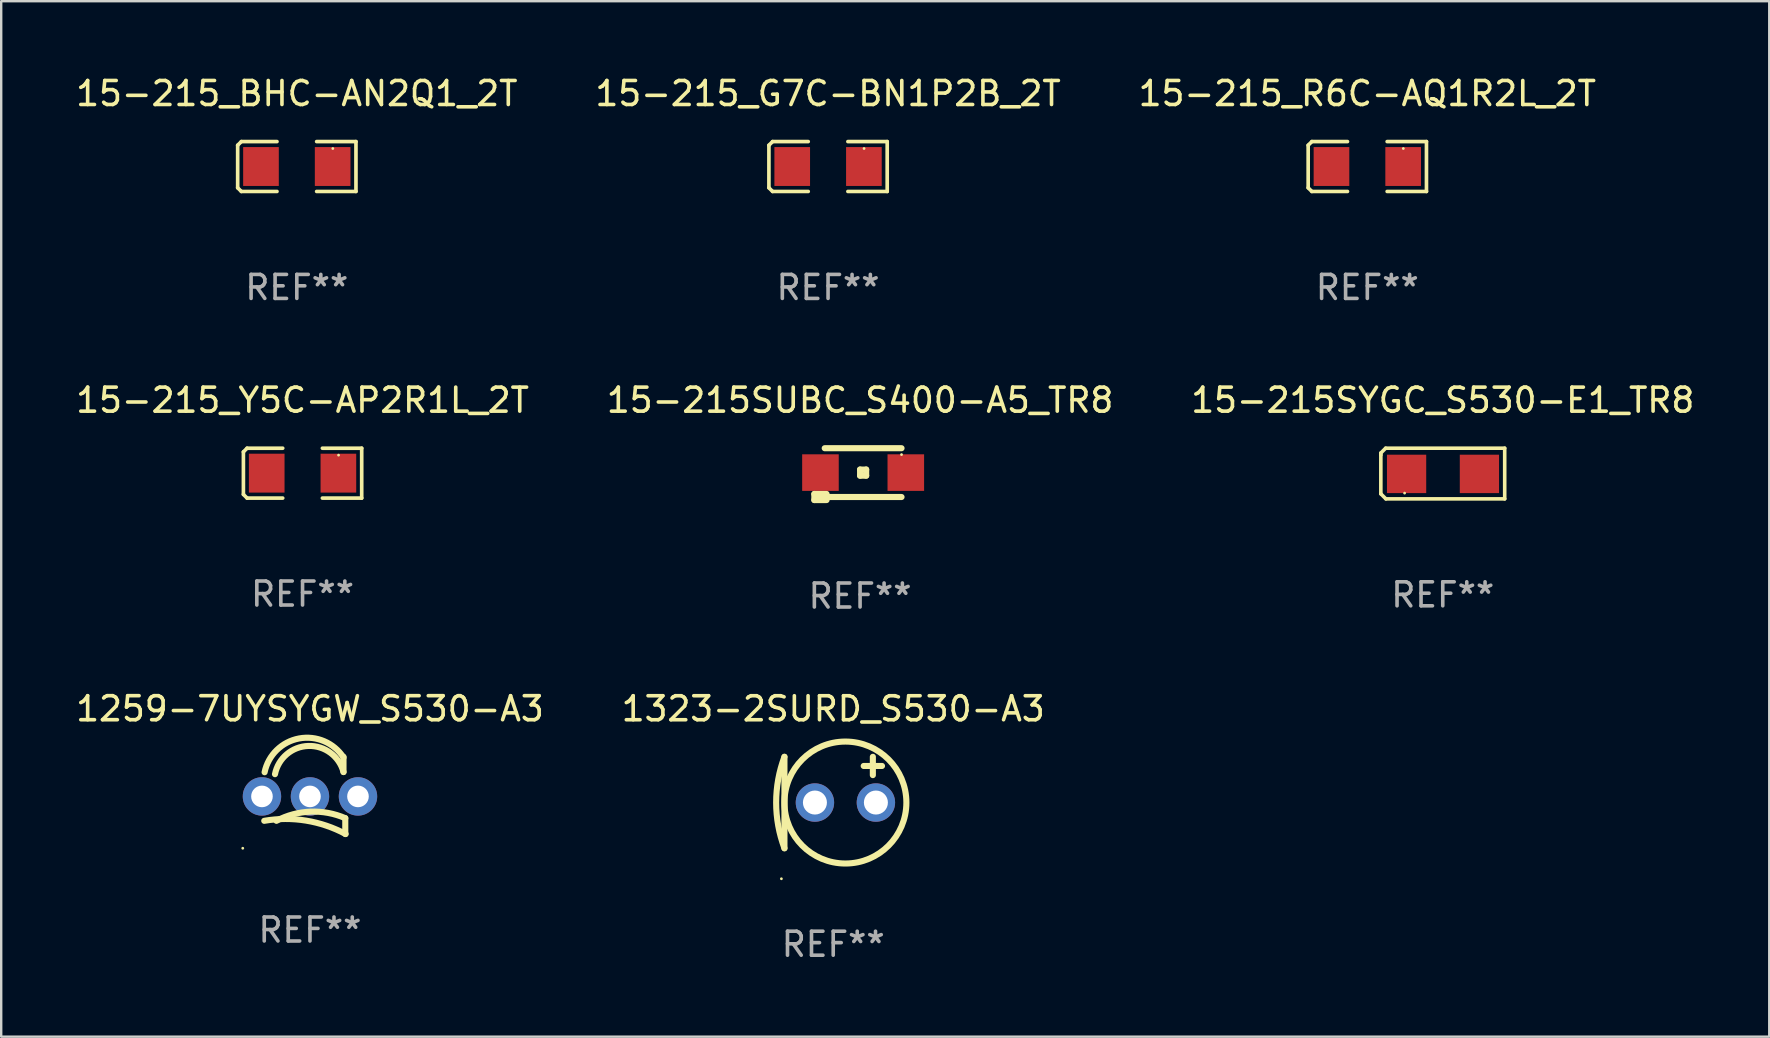
<source format=kicad_pcb>
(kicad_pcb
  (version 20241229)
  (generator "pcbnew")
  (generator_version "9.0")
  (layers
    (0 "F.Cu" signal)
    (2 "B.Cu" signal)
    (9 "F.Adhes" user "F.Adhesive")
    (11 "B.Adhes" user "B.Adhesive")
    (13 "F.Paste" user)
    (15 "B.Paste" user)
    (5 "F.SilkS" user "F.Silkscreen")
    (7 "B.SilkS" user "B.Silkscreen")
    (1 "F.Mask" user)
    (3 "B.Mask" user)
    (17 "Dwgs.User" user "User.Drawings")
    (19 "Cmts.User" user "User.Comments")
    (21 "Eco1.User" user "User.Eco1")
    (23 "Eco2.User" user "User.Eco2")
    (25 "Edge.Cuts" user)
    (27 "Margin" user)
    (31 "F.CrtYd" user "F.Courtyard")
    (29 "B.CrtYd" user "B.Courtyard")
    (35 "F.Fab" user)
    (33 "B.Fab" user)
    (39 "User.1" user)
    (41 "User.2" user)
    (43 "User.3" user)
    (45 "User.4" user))
  (footprint "1259-7UYSYGW_S530-A3"
    (layer "F.Cu")
    (at 9.863 30.086)
    (property "Reference" "1259-7UYSYGW_S530-A3" (at 0 -3.609 0) (layer "F.SilkS") (effects (font (size 1 1) (thickness 0.15))))
    (attr through_hole)
    (fp_line (start 1.397 -0.974) (end 1.397 -1.609) (stroke (width 0.254) (type solid)) (layer "F.SilkS"))
    (fp_line (start 1.471 0.948) (end 1.471 1.609) (stroke (width 0.254) (type solid)) (layer "F.SilkS"))
    (fp_arc (start -1.905004 1.05828) (mid -0.163612 1.050126) (end 1.485776 1.608724) (stroke (width 0.254001) (type solid)) (layer "F.SilkS"))
    (fp_arc (start -1.890144 -0.9658) (mid -0.452512 -2.37289) (end 1.397003 -1.581699) (stroke (width 0.254001) (type solid)) (layer "F.SilkS"))
    (fp_arc (start -1.457328 -0.885103) (mid -0.065297 -2.061024) (end 1.397003 -0.973724) (stroke (width 0.254001) (type solid)) (layer "F.SilkS"))
    (fp_arc (start -1.397003 1.05828) (mid 0.024488 0.676878) (end 1.471146 0.947587) (stroke (width 0.254001) (type solid)) (layer "F.SilkS"))
    (fp_circle (center -2.8 2.201) (end -2.77 2.201) (stroke (width 0.06) (type solid)) (fill no) (layer "F.SilkS"))
    (fp_text user "REF**" (at 0 5.609 0) (layer "F.Fab") (effects (font (size 1 1) (thickness 0.15))))
    (pad "1" thru_hole circle (at -2 0.042) (size 1.6 1.6) (drill 0.9) (layers "*.Cu" "*.Mask"))
    (pad "2" thru_hole circle (at 0 0.042) (size 1.6 1.6) (drill 0.9) (layers "*.Cu" "*.Mask"))
    (pad "3" thru_hole circle (at 2 0.042) (size 1.6 1.6) (drill 0.9) (layers "*.Cu" "*.Mask")))
  (footprint "15-215_R6C-AQ1R2L_2T"
    (layer "F.Cu")
    (at 53.911 3.887)
    (property "Reference" "15-215_R6C-AQ1R2L_2T" (at 0 -3.039 0) (layer "F.SilkS") (effects (font (size 1 1) (thickness 0.15))))
    (attr through_hole)
    (fp_line (start -2.464 -0.886) (end -2.311 -1.039) (stroke (width 0.152) (type solid)) (layer "F.SilkS"))
    (fp_line (start -2.464 0.886) (end -2.464 -0.886) (stroke (width 0.152) (type solid)) (layer "F.SilkS"))
    (fp_line (start -2.311 -1.039) (end -0.826 -1.039) (stroke (width 0.152) (type solid)) (layer "F.SilkS"))
    (fp_line (start -2.311 1.039) (end -2.464 0.886) (stroke (width 0.152) (type solid)) (layer "F.SilkS"))
    (fp_line (start -0.826 1.039) (end -2.311 1.039) (stroke (width 0.152) (type solid)) (layer "F.SilkS"))
    (fp_line (start 0.826 1.039) (end 2.464 1.039) (stroke (width 0.152) (type solid)) (layer "F.SilkS"))
    (fp_line (start 2.464 -1.039) (end 0.826 -1.039) (stroke (width 0.152) (type solid)) (layer "F.SilkS"))
    (fp_line (start 2.464 1.039) (end 2.464 -1.039) (stroke (width 0.152) (type solid)) (layer "F.SilkS"))
    (fp_circle (center 1.5 -0.75) (end 1.53 -0.75) (stroke (width 0.06) (type solid)) (fill no) (layer "F.SilkS"))
    (fp_text user "REF**" (at 0 5.039 0) (layer "F.Fab") (effects (font (size 1 1) (thickness 0.15))))
    (pad "1" smd rect (at 1.493 0) (size 1.485 1.62) (layers "F.Cu" "F.Mask" "F.Paste"))
    (pad "2" smd rect (at -1.493 0) (size 1.485 1.62) (layers "F.Cu" "F.Mask" "F.Paste")))
  (footprint "15-215_G7C-BN1P2B_2T"
    (layer "F.Cu")
    (at 31.446 3.887)
    (property "Reference" "15-215_G7C-BN1P2B_2T" (at 0 -3.039 0) (layer "F.SilkS") (effects (font (size 1 1) (thickness 0.15))))
    (attr through_hole)
    (fp_line (start -2.464 -0.886) (end -2.311 -1.039) (stroke (width 0.152) (type solid)) (layer "F.SilkS"))
    (fp_line (start -2.464 0.886) (end -2.464 -0.886) (stroke (width 0.152) (type solid)) (layer "F.SilkS"))
    (fp_line (start -2.311 -1.039) (end -0.826 -1.039) (stroke (width 0.152) (type solid)) (layer "F.SilkS"))
    (fp_line (start -2.311 1.039) (end -2.464 0.886) (stroke (width 0.152) (type solid)) (layer "F.SilkS"))
    (fp_line (start -0.826 1.039) (end -2.311 1.039) (stroke (width 0.152) (type solid)) (layer "F.SilkS"))
    (fp_line (start 0.826 1.039) (end 2.464 1.039) (stroke (width 0.152) (type solid)) (layer "F.SilkS"))
    (fp_line (start 2.464 -1.039) (end 0.826 -1.039) (stroke (width 0.152) (type solid)) (layer "F.SilkS"))
    (fp_line (start 2.464 1.039) (end 2.464 -1.039) (stroke (width 0.152) (type solid)) (layer "F.SilkS"))
    (fp_circle (center 1.5 -0.75) (end 1.53 -0.75) (stroke (width 0.06) (type solid)) (fill no) (layer "F.SilkS"))
    (fp_text user "REF**" (at 0 5.039 0) (layer "F.Fab") (effects (font (size 1 1) (thickness 0.15))))
    (pad "1" smd rect (at 1.493 0) (size 1.485 1.62) (layers "F.Cu" "F.Mask" "F.Paste"))
    (pad "2" smd rect (at -1.493 0) (size 1.485 1.62) (layers "F.Cu" "F.Mask" "F.Paste")))
  (footprint "15-215SUBC_S400-A5_TR8"
    (layer "F.Cu")
    (at 32.78 16.702)
    (property "Reference" "15-215SUBC_S400-A5_TR8" (at 0 -3.08 0) (layer "F.SilkS") (effects (font (size 1 1) (thickness 0.15))))
    (attr through_hole)
    (fp_line (start -1.905 0.826) (end -1.397 0.826) (stroke (width 0.254) (type solid)) (layer "F.SilkS"))
    (fp_line (start -1.905 1.08) (end -1.905 0.826) (stroke (width 0.254) (type solid)) (layer "F.SilkS"))
    (fp_line (start -1.473 -1.08) (end 1.727 -1.08) (stroke (width 0.254) (type solid)) (layer "F.SilkS"))
    (fp_line (start -1.473 0.953) (end 1.727 0.953) (stroke (width 0.254) (type solid)) (layer "F.SilkS"))
    (fp_line (start -1.397 1.08) (end -1.905 1.08) (stroke (width 0.254) (type solid)) (layer "F.SilkS"))
    (fp_line (start 0 -0.191) (end 0.254 -0.191) (stroke (width 0.254) (type solid)) (layer "F.SilkS"))
    (fp_line (start 0 0.064) (end 0 -0.191) (stroke (width 0.254) (type solid)) (layer "F.SilkS"))
    (fp_line (start 0.254 -0.191) (end 0.254 0.064) (stroke (width 0.254) (type solid)) (layer "F.SilkS"))
    (fp_line (start 0.254 0.064) (end 0 0.064) (stroke (width 0.254) (type solid)) (layer "F.SilkS"))
    (fp_circle (center 1.727 -0.814) (end 1.757 -0.814) (stroke (width 0.06) (type solid)) (fill no) (layer "F.SilkS"))
    (fp_text user "REF**" (at 0 5.08 0) (layer "F.Fab") (effects (font (size 1 1) (thickness 0.15))))
    (pad "1" smd rect (at 1.905 -0.064) (size 1.524 1.524) (layers "F.Cu" "F.Mask" "F.Paste"))
    (pad "2" smd rect (at -1.651 -0.064) (size 1.524 1.524) (layers "F.Cu" "F.Mask" "F.Paste")))
  (footprint "15-215SYGC_S530-E1_TR8"
    (layer "F.Cu")
    (at 57.054 16.677)
    (property "Reference" "15-215SYGC_S530-E1_TR8" (at 0 -3.055 0) (layer "F.SilkS") (effects (font (size 1 1) (thickness 0.15))))
    (attr through_hole)
    (fp_line (start -2.58 -0.855) (end -2.38 -1.055) (stroke (width 0.15) (type solid)) (layer "F.SilkS"))
    (fp_line (start -2.58 -0.775) (end -2.58 -0.855) (stroke (width 0.15) (type solid)) (layer "F.SilkS"))
    (fp_line (start -2.58 -0.775) (end -2.58 0.845) (stroke (width 0.15) (type solid)) (layer "F.SilkS"))
    (fp_line (start -2.58 0.845) (end -2.37 1.055) (stroke (width 0.15) (type solid)) (layer "F.SilkS"))
    (fp_line (start -2.38 -1.055) (end 2.58 -1.055) (stroke (width 0.15) (type solid)) (layer "F.SilkS"))
    (fp_line (start 2.58 -1.055) (end 2.58 1.055) (stroke (width 0.15) (type solid)) (layer "F.SilkS"))
    (fp_line (start 2.58 1.055) (end -2.37 1.055) (stroke (width 0.15) (type solid)) (layer "F.SilkS"))
    (fp_circle (center -1.59 0.815) (end -1.56 0.815) (stroke (width 0.06) (type solid)) (fill no) (layer "F.SilkS"))
    (fp_text user "REF**" (at 0 5.055 0) (layer "F.Fab") (effects (font (size 1 1) (thickness 0.15))))
    (pad "1" smd rect (at -1.507 0.015) (size 1.635 1.6) (layers "F.Cu" "F.Mask" "F.Paste"))
    (pad "2" smd rect (at 1.527 0.015) (size 1.635 1.6) (layers "F.Cu" "F.Mask" "F.Paste")))
  (footprint "15-215_Y5C-AP2R1L_2T"
    (layer "F.Cu")
    (at 9.554 16.661)
    (property "Reference" "15-215_Y5C-AP2R1L_2T" (at 0 -3.039 0) (layer "F.SilkS") (effects (font (size 1 1) (thickness 0.15))))
    (attr through_hole)
    (fp_line (start -2.464 -0.886) (end -2.311 -1.039) (stroke (width 0.152) (type solid)) (layer "F.SilkS"))
    (fp_line (start -2.464 0.886) (end -2.464 -0.886) (stroke (width 0.152) (type solid)) (layer "F.SilkS"))
    (fp_line (start -2.311 -1.039) (end -0.826 -1.039) (stroke (width 0.152) (type solid)) (layer "F.SilkS"))
    (fp_line (start -2.311 1.039) (end -2.464 0.886) (stroke (width 0.152) (type solid)) (layer "F.SilkS"))
    (fp_line (start -0.826 1.039) (end -2.311 1.039) (stroke (width 0.152) (type solid)) (layer "F.SilkS"))
    (fp_line (start 0.826 1.039) (end 2.464 1.039) (stroke (width 0.152) (type solid)) (layer "F.SilkS"))
    (fp_line (start 2.464 -1.039) (end 0.826 -1.039) (stroke (width 0.152) (type solid)) (layer "F.SilkS"))
    (fp_line (start 2.464 1.039) (end 2.464 -1.039) (stroke (width 0.152) (type solid)) (layer "F.SilkS"))
    (fp_circle (center 1.5 -0.75) (end 1.53 -0.75) (stroke (width 0.06) (type solid)) (fill no) (layer "F.SilkS"))
    (fp_text user "REF**" (at 0 5.039 0) (layer "F.Fab") (effects (font (size 1 1) (thickness 0.15))))
    (pad "1" smd rect (at 1.493 0) (size 1.485 1.62) (layers "F.Cu" "F.Mask" "F.Paste"))
    (pad "2" smd rect (at -1.493 0) (size 1.485 1.62) (layers "F.Cu" "F.Mask" "F.Paste")))
  (footprint "15-215_BHC-AN2Q1_2T"
    (layer "F.Cu")
    (at 9.315 3.887)
    (property "Reference" "15-215_BHC-AN2Q1_2T" (at 0 -3.039 0) (layer "F.SilkS") (effects (font (size 1 1) (thickness 0.15))))
    (attr through_hole)
    (fp_line (start -2.464 -0.886) (end -2.311 -1.039) (stroke (width 0.152) (type solid)) (layer "F.SilkS"))
    (fp_line (start -2.464 0.886) (end -2.464 -0.886) (stroke (width 0.152) (type solid)) (layer "F.SilkS"))
    (fp_line (start -2.311 -1.039) (end -0.826 -1.039) (stroke (width 0.152) (type solid)) (layer "F.SilkS"))
    (fp_line (start -2.311 1.039) (end -2.464 0.886) (stroke (width 0.152) (type solid)) (layer "F.SilkS"))
    (fp_line (start -0.826 1.039) (end -2.311 1.039) (stroke (width 0.152) (type solid)) (layer "F.SilkS"))
    (fp_line (start 0.826 1.039) (end 2.464 1.039) (stroke (width 0.152) (type solid)) (layer "F.SilkS"))
    (fp_line (start 2.464 -1.039) (end 0.826 -1.039) (stroke (width 0.152) (type solid)) (layer "F.SilkS"))
    (fp_line (start 2.464 1.039) (end 2.464 -1.039) (stroke (width 0.152) (type solid)) (layer "F.SilkS"))
    (fp_circle (center 1.5 -0.75) (end 1.53 -0.75) (stroke (width 0.06) (type solid)) (fill no) (layer "F.SilkS"))
    (fp_text user "REF**" (at 0 5.039 0) (layer "F.Fab") (effects (font (size 1 1) (thickness 0.15))))
    (pad "1" smd rect (at 1.493 0) (size 1.485 1.62) (layers "F.Cu" "F.Mask" "F.Paste"))
    (pad "2" smd rect (at -1.493 0) (size 1.485 1.62) (layers "F.Cu" "F.Mask" "F.Paste")))
  (footprint "1323-2SURD_S530-A3"
    (layer "F.Cu")
    (at 31.661 30.383)
    (property "Reference" "1323-2SURD_S530-A3" (at 0 -3.905 0) (layer "F.SilkS") (effects (font (size 1 1) (thickness 0.15))))
    (attr through_hole)
    (fp_line (start -2.032 -1.905) (end -2.032 1.905) (stroke (width 0.254) (type solid)) (layer "F.SilkS"))
    (fp_line (start 1.651 -1.905) (end 1.651 -1.143) (stroke (width 0.254) (type solid)) (layer "F.SilkS"))
    (fp_line (start 2.032 -1.524) (end 1.27 -1.524) (stroke (width 0.254) (type solid)) (layer "F.SilkS"))
    (fp_arc (start -2.031999 1.905) (mid -2.377441 0) (end -2.031999 -1.905) (stroke (width 0.254001) (type solid)) (layer "F.SilkS"))
    (fp_circle (center -2.159 3.175) (end -2.129 3.175) (stroke (width 0.06) (type solid)) (fill no) (layer "F.SilkS"))
    (fp_circle (center 0.508 0) (end 3.048 0) (stroke (width 0.254) (type solid)) (fill no) (layer "F.SilkS"))
    (fp_text user "REF**" (at 0 5.905 0) (layer "F.Fab") (effects (font (size 1 1) (thickness 0.15))))
    (pad "1" thru_hole circle (at -0.762 0) (size 1.6 1.6) (drill 1) (layers "*.Cu" "*.Mask"))
    (pad "2" thru_hole circle (at 1.778 0) (size 1.6 1.6) (drill 1) (layers "*.Cu" "*.Mask")))
  (gr_rect
    (start -3 -3)
    (end 70.655 40.136)
    (stroke (width 0.1) (type default))
    (fill no)
    (layer "Edge.Cuts")))
</source>
